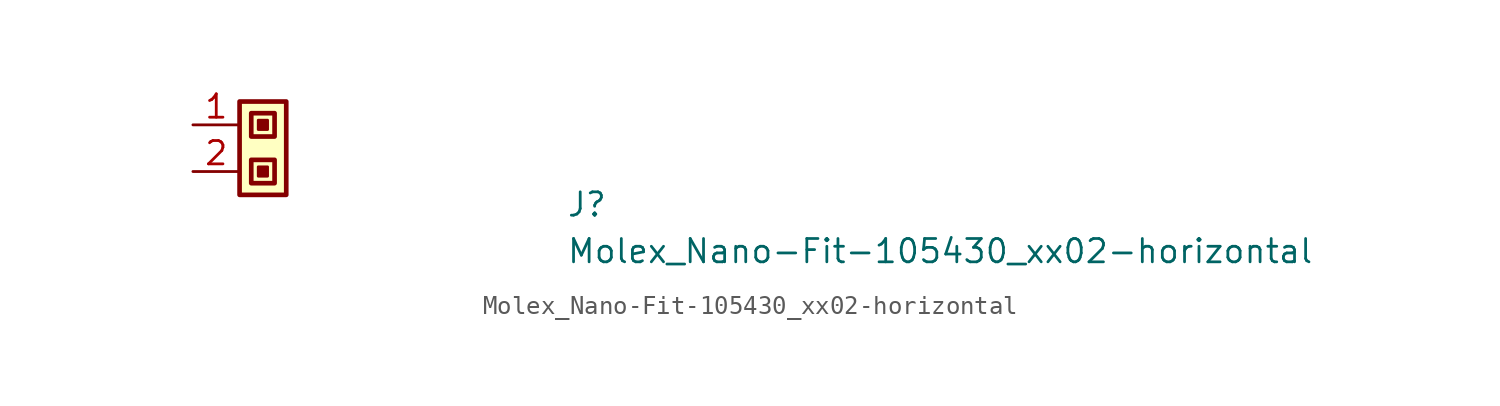
<source format=kicad_sym>
(kicad_symbol_lib
  (version 20211014)
  (generator kicad_symbol_editor)
  (symbol "Molex_Nano-Fit-105430_xx02-horizontal"
    (property "Reference" "J"
      (at 20.32 -5.08 0)
      (effects (font (size 1.27 1.27) (thickness 0.15)) (justify left bottom)))
    (property "Value" "Molex_Nano-Fit-105430_xx02-horizontal"
      (at 20.32 -7.62 0)
      (effects (font (size 1.27 1.27) (thickness 0.15)) (justify left bottom)))
    (symbol "Molex_Nano-Fit-105430_xx02-horizontal_0_1"
      (rectangle (start 3.175 -1.905) (end 4.445 -3.175) (stroke (width 0.254) (type default) (color 0 0 0 0)) (fill (type none)))
      (rectangle (start 3.175 0.635) (end 4.445 -0.635) (stroke (width 0.254) (type default) (color 0 0 0 0)) (fill (type none)))
      (rectangle (start 3.556 -2.286) (end 4.064 -2.794) (stroke (width 0) (type default) (color 0 0 0 0)) (fill (type outline)))
      (rectangle (start 3.556 0.254) (end 4.064 -0.254) (stroke (width 0) (type default) (color 0 0 0 0)) (fill (type outline))))
    (symbol "Molex_Nano-Fit-105430_xx02-horizontal_1_1"
      (rectangle (start 2.54 1.27) (end 5.08 -3.81) (stroke (width 0.254) (type default) (color 0 0 0 0)) (fill (type background)))
      (pin input line (at 0 0 0) (length 2.54) (name "~" (effects (font (size 1.27 1.27)))) (number "1" (effects (font (size 1.27 1.27)))))
      (pin input line (at 0 -2.54 0) (length 2.54) (name "~" (effects (font (size 1.27 1.27)))) (number "2" (effects (font (size 1.27 1.27))))))))
</source>
